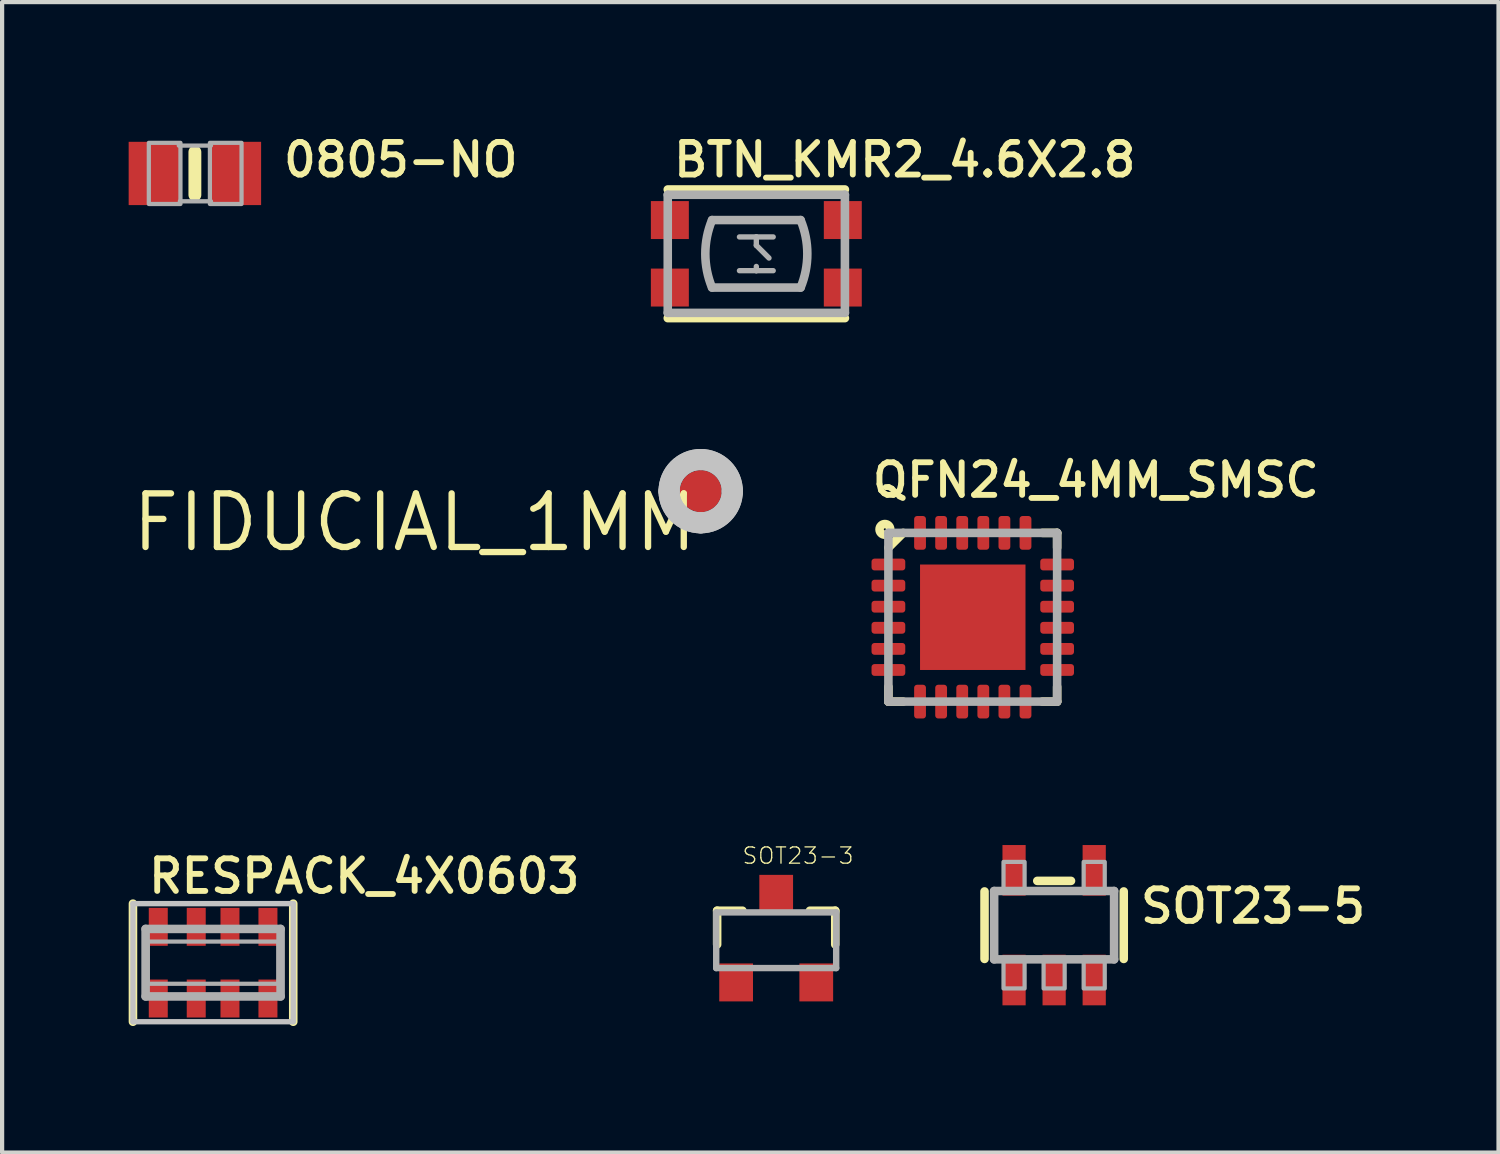
<source format=kicad_pcb>
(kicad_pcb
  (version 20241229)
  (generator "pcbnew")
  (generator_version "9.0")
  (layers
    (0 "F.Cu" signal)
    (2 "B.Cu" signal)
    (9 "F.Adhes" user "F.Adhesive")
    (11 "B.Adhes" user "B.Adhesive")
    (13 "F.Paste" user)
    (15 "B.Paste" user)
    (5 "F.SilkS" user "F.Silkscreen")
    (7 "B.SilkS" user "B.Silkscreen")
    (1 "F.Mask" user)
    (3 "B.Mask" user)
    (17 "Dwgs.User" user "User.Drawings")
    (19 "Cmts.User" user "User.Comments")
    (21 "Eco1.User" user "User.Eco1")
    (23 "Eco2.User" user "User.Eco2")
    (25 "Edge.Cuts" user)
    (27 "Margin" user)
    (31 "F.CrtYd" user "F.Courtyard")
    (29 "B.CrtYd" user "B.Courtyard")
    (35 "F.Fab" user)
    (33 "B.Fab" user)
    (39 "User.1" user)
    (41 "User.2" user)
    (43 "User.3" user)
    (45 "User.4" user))
  (footprint "RESPACK_4X0603"
    (layer "F.Cu")
    (at 2.002 19.772)
    (property "Reference" "RESPACK_4X0603" (at -1.6 -1.6 0) (layer "F.SilkS") (effects (font (size 0.772 0.772) (thickness 0.139)) (justify left bottom)))
    (attr through_hole)
    (fp_line (start -1.9 1.4) (end -1.9 -1.4) (stroke (width 0.203) (type solid)) (layer "F.SilkS"))
    (fp_line (start 1.9 -1.4) (end 1.9 1.4) (stroke (width 0.203) (type solid)) (layer "F.SilkS"))
    (fp_line (start -1.9 -1.4) (end 1.9 -1.4) (stroke (width 0.127) (type solid)) (layer "Dwgs.User"))
    (fp_line (start -1.9 1.4) (end -1.9 -1.4) (stroke (width 0.127) (type solid)) (layer "Dwgs.User"))
    (fp_line (start -1.9 1.4) (end 1.9 1.4) (stroke (width 0.127) (type solid)) (layer "Dwgs.User"))
    (fp_line (start 1.9 -1.4) (end 1.9 1.4) (stroke (width 0.127) (type solid)) (layer "Dwgs.User"))
    (fp_line (start -1.6 -0.8) (end 1.6 -0.8) (stroke (width 0.203) (type solid)) (layer "F.Fab"))
    (fp_line (start -1.6 0.8) (end -1.6 -0.8) (stroke (width 0.203) (type solid)) (layer "F.Fab"))
    (fp_line (start 1.6 -0.8) (end 1.6 0.8) (stroke (width 0.203) (type solid)) (layer "F.Fab"))
    (fp_line (start 1.6 0.8) (end -1.6 0.8) (stroke (width 0.203) (type solid)) (layer "F.Fab"))
    (fp_poly (pts (xy -1.55 0.5) (xy 1.55 0.5) (xy 1.55 -0.5) (xy -1.55 -0.5)) (stroke (width 0.1) (type solid)) (fill no) (layer "F.Fab"))
    (pad "1" smd rect (at -1.3 0.85) (size 0.45 0.9) (layers "F.Cu" "F.Mask" "F.Paste"))
    (pad "2" smd rect (at -0.4 0.85) (size 0.45 0.9) (layers "F.Cu" "F.Mask" "F.Paste"))
    (pad "3" smd rect (at 0.4 0.85) (size 0.45 0.9) (layers "F.Cu" "F.Mask" "F.Paste"))
    (pad "4" smd rect (at 1.3 0.85) (size 0.45 0.9) (layers "F.Cu" "F.Mask" "F.Paste"))
    (pad "5" smd rect (at 1.3 -0.85) (size 0.45 0.9) (layers "F.Cu" "F.Mask" "F.Paste"))
    (pad "6" smd rect (at 0.4 -0.85) (size 0.45 0.9) (layers "F.Cu" "F.Mask" "F.Paste"))
    (pad "7" smd rect (at -0.4 -0.85) (size 0.45 0.9) (layers "F.Cu" "F.Mask" "F.Paste"))
    (pad "8" smd rect (at -1.3 -0.85) (size 0.45 0.9) (layers "F.Cu" "F.Mask" "F.Paste")))
  (footprint "SOT23-3"
    (layer "F.Cu")
    (at 15.351 19.24)
    (property "Reference" "SOT23-3" (at -0.826 -1.778 0) (layer "F.SilkS") (effects (font (size 0.386 0.386) (thickness 0.031)) (justify left bottom)))
    (attr through_hole)
    (fp_line (start -1.4 -0.7) (end -1.4 0.1) (stroke (width 0.203) (type solid)) (layer "F.SilkS"))
    (fp_line (start -0.8 -0.7) (end -1.4 -0.7) (stroke (width 0.203) (type solid)) (layer "F.SilkS"))
    (fp_line (start 0.8 -0.7) (end 1.4 -0.7) (stroke (width 0.203) (type solid)) (layer "F.SilkS"))
    (fp_line (start 1.4 -0.7) (end 1.4 0.1) (stroke (width 0.203) (type solid)) (layer "F.SilkS"))
    (fp_line (start -1.422 -0.66) (end 1.422 -0.66) (stroke (width 0.152) (type solid)) (layer "F.Fab"))
    (fp_line (start -1.422 0.66) (end -1.422 -0.66) (stroke (width 0.152) (type solid)) (layer "F.Fab"))
    (fp_line (start 1.422 -0.66) (end 1.422 0.66) (stroke (width 0.152) (type solid)) (layer "F.Fab"))
    (fp_line (start 1.422 0.66) (end -1.422 0.66) (stroke (width 0.152) (type solid)) (layer "F.Fab"))
    (pad "1" smd rect (at -0.95 1) (size 0.8 0.9) (layers "F.Cu" "F.Mask" "F.Paste"))
    (pad "2" smd rect (at 0.95 1) (size 0.8 0.9) (layers "F.Cu" "F.Mask" "F.Paste"))
    (pad "3" smd rect (at 0 -1.1) (size 0.8 0.9) (layers "F.Cu" "F.Mask" "F.Paste")))
  (footprint "QFN24_4MM_SMSC"
    (layer "F.Cu")
    (at 20.011 11.583)
    (property "Reference" "QFN24_4MM_SMSC" (at -2.45 -2.8 0) (layer "F.SilkS") (effects (font (size 0.772 0.772) (thickness 0.139)) (justify left bottom)))
    (attr through_hole)
    (fp_line (start -2 2) (end -2 1.65) (stroke (width 0.203) (type solid)) (layer "F.SilkS"))
    (fp_line (start -1.65 -2) (end -2 -1.65) (stroke (width 0.203) (type solid)) (layer "F.SilkS"))
    (fp_line (start -1.65 2) (end -2 2) (stroke (width 0.203) (type solid)) (layer "F.SilkS"))
    (fp_line (start 1.65 2) (end 2 2) (stroke (width 0.203) (type solid)) (layer "F.SilkS"))
    (fp_line (start 2 -2) (end 1.65 -2) (stroke (width 0.203) (type solid)) (layer "F.SilkS"))
    (fp_line (start 2 -1.65) (end 2 -2) (stroke (width 0.203) (type solid)) (layer "F.SilkS"))
    (fp_line (start 2 1.65) (end 2 2) (stroke (width 0.203) (type solid)) (layer "F.SilkS"))
    (fp_circle (center -2.083 -2.083) (end -1.956 -2.083) (stroke (width 0.203) (type solid)) (fill no) (layer "F.SilkS"))
    (fp_poly (pts (xy -1.2 -0.6) (xy -0.6 -0.6) (xy -0.6 -1.2) (xy -1.2 -1.2)) (stroke (width 0) (type solid)) (fill yes) (layer "F.Paste"))
    (fp_poly (pts (xy -1.2 0.3) (xy -0.6 0.3) (xy -0.6 -0.3) (xy -1.2 -0.3)) (stroke (width 0) (type solid)) (fill yes) (layer "F.Paste"))
    (fp_poly (pts (xy -1.2 1.2) (xy -0.6 1.2) (xy -0.6 0.6) (xy -1.2 0.6)) (stroke (width 0) (type solid)) (fill yes) (layer "F.Paste"))
    (fp_poly (pts (xy -0.3 -0.6) (xy 0.3 -0.6) (xy 0.3 -1.2) (xy -0.3 -1.2)) (stroke (width 0) (type solid)) (fill yes) (layer "F.Paste"))
    (fp_poly (pts (xy -0.3 0.3) (xy 0.3 0.3) (xy 0.3 -0.3) (xy -0.3 -0.3)) (stroke (width 0) (type solid)) (fill yes) (layer "F.Paste"))
    (fp_poly (pts (xy -0.3 1.2) (xy 0.3 1.2) (xy 0.3 0.6) (xy -0.3 0.6)) (stroke (width 0) (type solid)) (fill yes) (layer "F.Paste"))
    (fp_poly (pts (xy 0.6 -0.6) (xy 1.2 -0.6) (xy 1.2 -1.2) (xy 0.6 -1.2)) (stroke (width 0) (type solid)) (fill yes) (layer "F.Paste"))
    (fp_poly (pts (xy 0.6 0.3) (xy 1.2 0.3) (xy 1.2 -0.3) (xy 0.6 -0.3)) (stroke (width 0) (type solid)) (fill yes) (layer "F.Paste"))
    (fp_poly (pts (xy 0.6 1.2) (xy 1.2 1.2) (xy 1.2 0.6) (xy 0.6 0.6)) (stroke (width 0) (type solid)) (fill yes) (layer "F.Paste"))
    (fp_line (start -2 -2) (end -2 2) (stroke (width 0.203) (type solid)) (layer "F.Fab"))
    (fp_line (start -2 2) (end 2 2) (stroke (width 0.203) (type solid)) (layer "F.Fab"))
    (fp_line (start 2 -2) (end -2 -2) (stroke (width 0.203) (type solid)) (layer "F.Fab"))
    (fp_line (start 2 2) (end 2 -2) (stroke (width 0.203) (type solid)) (layer "F.Fab"))
    (pad "1" smd roundrect (at -2 -1.25 180) (size 0.8 0.28) (layers "F.Cu" "F.Mask" "F.Paste") (roundrect_rratio 0.25))
    (pad "2" smd roundrect (at -2 -0.75 180) (size 0.8 0.28) (layers "F.Cu" "F.Mask" "F.Paste") (roundrect_rratio 0.25))
    (pad "3" smd roundrect (at -2 -0.25 180) (size 0.8 0.28) (layers "F.Cu" "F.Mask" "F.Paste") (roundrect_rratio 0.25))
    (pad "4" smd roundrect (at -2 0.25 180) (size 0.8 0.28) (layers "F.Cu" "F.Mask" "F.Paste") (roundrect_rratio 0.25))
    (pad "5" smd roundrect (at -2 0.75 180) (size 0.8 0.28) (layers "F.Cu" "F.Mask" "F.Paste") (roundrect_rratio 0.25))
    (pad "6" smd roundrect (at -2 1.25 180) (size 0.8 0.28) (layers "F.Cu" "F.Mask" "F.Paste") (roundrect_rratio 0.25))
    (pad "7" smd roundrect (at -1.25 2 90) (size 0.8 0.28) (layers "F.Cu" "F.Mask" "F.Paste") (roundrect_rratio 0.25))
    (pad "8" smd roundrect (at -0.75 2 90) (size 0.8 0.28) (layers "F.Cu" "F.Mask" "F.Paste") (roundrect_rratio 0.25))
    (pad "9" smd roundrect (at -0.25 2 90) (size 0.8 0.28) (layers "F.Cu" "F.Mask" "F.Paste") (roundrect_rratio 0.25))
    (pad "10" smd roundrect (at 0.25 2 90) (size 0.8 0.28) (layers "F.Cu" "F.Mask" "F.Paste") (roundrect_rratio 0.25))
    (pad "11" smd roundrect (at 0.75 2 90) (size 0.8 0.28) (layers "F.Cu" "F.Mask" "F.Paste") (roundrect_rratio 0.25))
    (pad "12" smd roundrect (at 1.25 2 90) (size 0.8 0.28) (layers "F.Cu" "F.Mask" "F.Paste") (roundrect_rratio 0.25))
    (pad "13" smd roundrect (at 2 1.25) (size 0.8 0.28) (layers "F.Cu" "F.Mask" "F.Paste") (roundrect_rratio 0.25))
    (pad "14" smd roundrect (at 2 0.75) (size 0.8 0.28) (layers "F.Cu" "F.Mask" "F.Paste") (roundrect_rratio 0.25))
    (pad "15" smd roundrect (at 2 0.25) (size 0.8 0.28) (layers "F.Cu" "F.Mask" "F.Paste") (roundrect_rratio 0.25))
    (pad "16" smd roundrect (at 2 -0.25) (size 0.8 0.28) (layers "F.Cu" "F.Mask" "F.Paste") (roundrect_rratio 0.25))
    (pad "17" smd roundrect (at 2 -0.75) (size 0.8 0.28) (layers "F.Cu" "F.Mask" "F.Paste") (roundrect_rratio 0.25))
    (pad "18" smd roundrect (at 2 -1.25) (size 0.8 0.28) (layers "F.Cu" "F.Mask" "F.Paste") (roundrect_rratio 0.25))
    (pad "19" smd roundrect (at 1.25 -2 270) (size 0.8 0.28) (layers "F.Cu" "F.Mask" "F.Paste") (roundrect_rratio 0.25))
    (pad "20" smd roundrect (at 0.75 -2 270) (size 0.8 0.28) (layers "F.Cu" "F.Mask" "F.Paste") (roundrect_rratio 0.25))
    (pad "21" smd roundrect (at 0.25 -2 270) (size 0.8 0.28) (layers "F.Cu" "F.Mask" "F.Paste") (roundrect_rratio 0.25))
    (pad "22" smd roundrect (at -0.25 -2 270) (size 0.8 0.28) (layers "F.Cu" "F.Mask" "F.Paste") (roundrect_rratio 0.25))
    (pad "23" smd roundrect (at -0.75 -2 270) (size 0.8 0.28) (layers "F.Cu" "F.Mask" "F.Paste") (roundrect_rratio 0.25))
    (pad "24" smd roundrect (at -1.25 -2 270) (size 0.8 0.28) (layers "F.Cu" "F.Mask" "F.Paste") (roundrect_rratio 0.25))
    (pad "THERM" smd rect (at 0 0) (size 2.5 2.5) (layers "F.Cu" "F.Mask")))
  (footprint "BTN_KMR2_4.6X2.8"
    (layer "F.Cu")
    (at 14.88 2.967)
    (property "Reference" "BTN_KMR2_4.6X2.8" (at -2.032 -1.778 180) (layer "F.SilkS") (effects (font (size 0.772 0.772) (thickness 0.139)) (justify left bottom)))
    (attr through_hole)
    (fp_line (start -2.1 -1.525) (end 2.1 -1.525) (stroke (width 0.203) (type solid)) (layer "F.SilkS"))
    (fp_line (start 2.1 1.525) (end -2.1 1.525) (stroke (width 0.203) (type solid)) (layer "F.SilkS"))
    (fp_line (start -2.1 -1.4) (end 2.1 -1.4) (stroke (width 0.203) (type solid)) (layer "F.Fab"))
    (fp_line (start -2.1 1.4) (end -2.1 -1.4) (stroke (width 0.203) (type solid)) (layer "F.Fab"))
    (fp_line (start -1.05 -0.8) (end 1.05 -0.8) (stroke (width 0.203) (type solid)) (layer "F.Fab"))
    (fp_line (start -0.4 -0.4) (end 0 -0.4) (stroke (width 0.127) (type solid)) (layer "F.Fab"))
    (fp_line (start -0.4 0.4) (end 0 0.4) (stroke (width 0.127) (type solid)) (layer "F.Fab"))
    (fp_line (start 0 -0.4) (end 0 -0.2) (stroke (width 0.127) (type solid)) (layer "F.Fab"))
    (fp_line (start 0 -0.4) (end 0.4 -0.4) (stroke (width 0.127) (type solid)) (layer "F.Fab"))
    (fp_line (start 0 -0.2) (end 0.3 0.1) (stroke (width 0.127) (type solid)) (layer "F.Fab"))
    (fp_line (start 0 0.4) (end 0 0.3) (stroke (width 0.127) (type solid)) (layer "F.Fab"))
    (fp_line (start 0 0.4) (end 0.4 0.4) (stroke (width 0.127) (type solid)) (layer "F.Fab"))
    (fp_line (start 1.05 0.8) (end -1.05 0.8) (stroke (width 0.203) (type solid)) (layer "F.Fab"))
    (fp_line (start 2.1 -1.4) (end 2.1 1.4) (stroke (width 0.203) (type solid)) (layer "F.Fab"))
    (fp_line (start 2.1 1.4) (end -2.1 1.4) (stroke (width 0.203) (type solid)) (layer "F.Fab"))
    (fp_arc (start -1.05 0.8) (mid -1.209128 0) (end -1.05 -0.799999) (stroke (width 0.2032) (type solid)) (layer "F.Fab"))
    (fp_arc (start 1.05 -0.8) (mid 1.209128 0) (end 1.05 0.799999) (stroke (width 0.2032) (type solid)) (layer "F.Fab"))
    (pad "A" smd rect (at 2.05 -0.8) (size 0.9 0.9) (layers "F.Cu" "F.Mask" "F.Paste"))
    (pad "A'" smd rect (at -2.05 -0.8) (size 0.9 0.9) (layers "F.Cu" "F.Mask" "F.Paste"))
    (pad "B" smd rect (at 2.05 0.8) (size 0.9 0.9) (layers "F.Cu" "F.Mask" "F.Paste"))
    (pad "B'" smd rect (at -2.05 0.8) (size 0.9 0.9) (layers "F.Cu" "F.Mask" "F.Paste")))
  (footprint "SOT23-5"
    (layer "F.Cu")
    (at 21.94 18.883)
    (property "Reference" "SOT23-5" (at 1.978 0 180) (layer "F.SilkS") (effects (font (size 0.772 0.772) (thickness 0.139)) (justify left bottom)))
    (attr through_hole)
    (fp_line (start -1.65 -0.8) (end -1.65 0.8) (stroke (width 0.203) (type solid)) (layer "F.SilkS"))
    (fp_line (start -0.4 -1.05) (end 0.4 -1.05) (stroke (width 0.203) (type solid)) (layer "F.SilkS"))
    (fp_line (start 1.65 -0.8) (end 1.65 0.8) (stroke (width 0.203) (type solid)) (layer "F.SilkS"))
    (fp_line (start -1.422 -0.81) (end 1.422 -0.81) (stroke (width 0.203) (type solid)) (layer "F.Fab"))
    (fp_line (start -1.422 0.81) (end -1.422 -0.81) (stroke (width 0.203) (type solid)) (layer "F.Fab"))
    (fp_line (start 1.422 -0.81) (end 1.422 0.81) (stroke (width 0.203) (type solid)) (layer "F.Fab"))
    (fp_line (start 1.422 0.81) (end -1.422 0.81) (stroke (width 0.203) (type solid)) (layer "F.Fab"))
    (fp_poly (pts (xy -1.2 -0.85) (xy -0.7 -0.85) (xy -0.7 -1.5) (xy -1.2 -1.5)) (stroke (width 0.1) (type solid)) (fill no) (layer "F.Fab"))
    (fp_poly (pts (xy -1.2 1.5) (xy -0.7 1.5) (xy -0.7 0.85) (xy -1.2 0.85)) (stroke (width 0.1) (type solid)) (fill no) (layer "F.Fab"))
    (fp_poly (pts (xy -0.25 1.5) (xy 0.25 1.5) (xy 0.25 0.85) (xy -0.25 0.85)) (stroke (width 0.1) (type solid)) (fill no) (layer "F.Fab"))
    (fp_poly (pts (xy 0.7 -0.85) (xy 1.2 -0.85) (xy 1.2 -1.5) (xy 0.7 -1.5)) (stroke (width 0.1) (type solid)) (fill no) (layer "F.Fab"))
    (fp_poly (pts (xy 0.7 1.5) (xy 1.2 1.5) (xy 1.2 0.85) (xy 0.7 0.85)) (stroke (width 0.1) (type solid)) (fill no) (layer "F.Fab"))
    (pad "1" smd rect (at -0.95 1.3) (size 0.55 1.2) (layers "F.Cu" "F.Mask" "F.Paste"))
    (pad "2" smd rect (at 0 1.3) (size 0.55 1.2) (layers "F.Cu" "F.Mask" "F.Paste"))
    (pad "3" smd rect (at 0.95 1.3) (size 0.55 1.2) (layers "F.Cu" "F.Mask" "F.Paste"))
    (pad "4" smd rect (at 0.95 -1.3) (size 0.55 1.2) (layers "F.Cu" "F.Mask" "F.Paste"))
    (pad "5" smd rect (at -0.95 -1.3) (size 0.55 1.2) (layers "F.Cu" "F.Mask" "F.Paste")))
  (footprint "FIDUCIAL_1MM"
    (layer "F.Cu")
    (at 13.561 8.594)
    (property "Reference" "FIDUCIAL_1MM" (at 0 0 0) (layer "F.SilkS") (effects (font (size 1.27 1.27) (thickness 0.15)) (justify right top)))
    (attr through_hole)
    (fp_arc (start -0.75 0) (mid -0.53033 -0.53033) (end 0 -0.75) (stroke (width 0.5) (type solid)) (layer "F.Mask"))
    (fp_arc (start 0 -0.75) (mid 0.53033 -0.53033) (end 0.75 0) (stroke (width 0.5) (type solid)) (layer "F.Mask"))
    (fp_arc (start 0 0.75) (mid -0.53033 0.53033) (end -0.75 0) (stroke (width 0.5) (type solid)) (layer "F.Mask"))
    (fp_arc (start 0.75 0) (mid 0.53033 0.53033) (end 0 0.75) (stroke (width 0.5) (type solid)) (layer "F.Mask"))
    (fp_arc (start -0.75 0) (mid -0.53033 -0.53033) (end 0 -0.75) (stroke (width 0.5) (type solid)) (layer "Dwgs.User"))
    (fp_arc (start -0.75 0) (mid -0.53033 -0.53033) (end 0 -0.75) (stroke (width 0.5) (type solid)) (layer "Dwgs.User"))
    (fp_arc (start 0 -0.75) (mid 0.53033 -0.53033) (end 0.75 0) (stroke (width 0.5) (type solid)) (layer "Dwgs.User"))
    (fp_arc (start 0 -0.75) (mid 0.53033 -0.53033) (end 0.75 0) (stroke (width 0.5) (type solid)) (layer "Dwgs.User"))
    (fp_arc (start 0 0.75) (mid -0.53033 0.53033) (end -0.75 0) (stroke (width 0.5) (type solid)) (layer "Dwgs.User"))
    (fp_arc (start 0 0.75) (mid -0.53033 0.53033) (end -0.75 0) (stroke (width 0.5) (type solid)) (layer "Dwgs.User"))
    (fp_arc (start 0.75 0) (mid 0.53033 0.53033) (end 0 0.75) (stroke (width 0.5) (type solid)) (layer "Dwgs.User"))
    (fp_arc (start 0.75 0) (mid 0.53033 0.53033) (end 0 0.75) (stroke (width 0.5) (type solid)) (layer "Dwgs.User"))
    (pad "1" smd roundrect (at 0 0) (size 1 1) (layers "F.Cu" "F.Mask") (roundrect_rratio 0.5)))
  (footprint "0805-NO"
    (layer "F.Cu")
    (at 1.57 1.062)
    (property "Reference" "0805-NO" (at 2.032 0.127 180) (layer "F.SilkS") (effects (font (size 0.772 0.772) (thickness 0.139)) (justify left bottom)))
    (attr through_hole)
    (fp_line (start 0 -0.508) (end 0 0.508) (stroke (width 0.305) (type solid)) (layer "F.SilkS"))
    (fp_line (start -0.381 -0.66) (end 0.381 -0.66) (stroke (width 0.102) (type solid)) (layer "F.Fab"))
    (fp_line (start -0.356 0.66) (end 0.381 0.66) (stroke (width 0.102) (type solid)) (layer "F.Fab"))
    (fp_poly (pts (xy -1.092 0.724) (xy -0.342 0.724) (xy -0.342 -0.726) (xy -1.092 -0.726)) (stroke (width 0.1) (type solid)) (fill no) (layer "F.Fab"))
    (fp_poly (pts (xy 0.356 0.724) (xy 1.106 0.724) (xy 1.106 -0.726) (xy 0.356 -0.726)) (stroke (width 0.1) (type solid)) (fill no) (layer "F.Fab"))
    (pad "1" smd rect (at -0.95 0) (size 1.24 1.5) (layers "F.Cu" "F.Mask" "F.Paste"))
    (pad "2" smd rect (at 0.95 0) (size 1.24 1.5) (layers "F.Cu" "F.Mask" "F.Paste")))
  (gr_rect
    (start -3 -3)
    (end 32.475 24.274)
    (stroke (width 0.1) (type default))
    (fill no)
    (layer "Edge.Cuts")))
</source>
